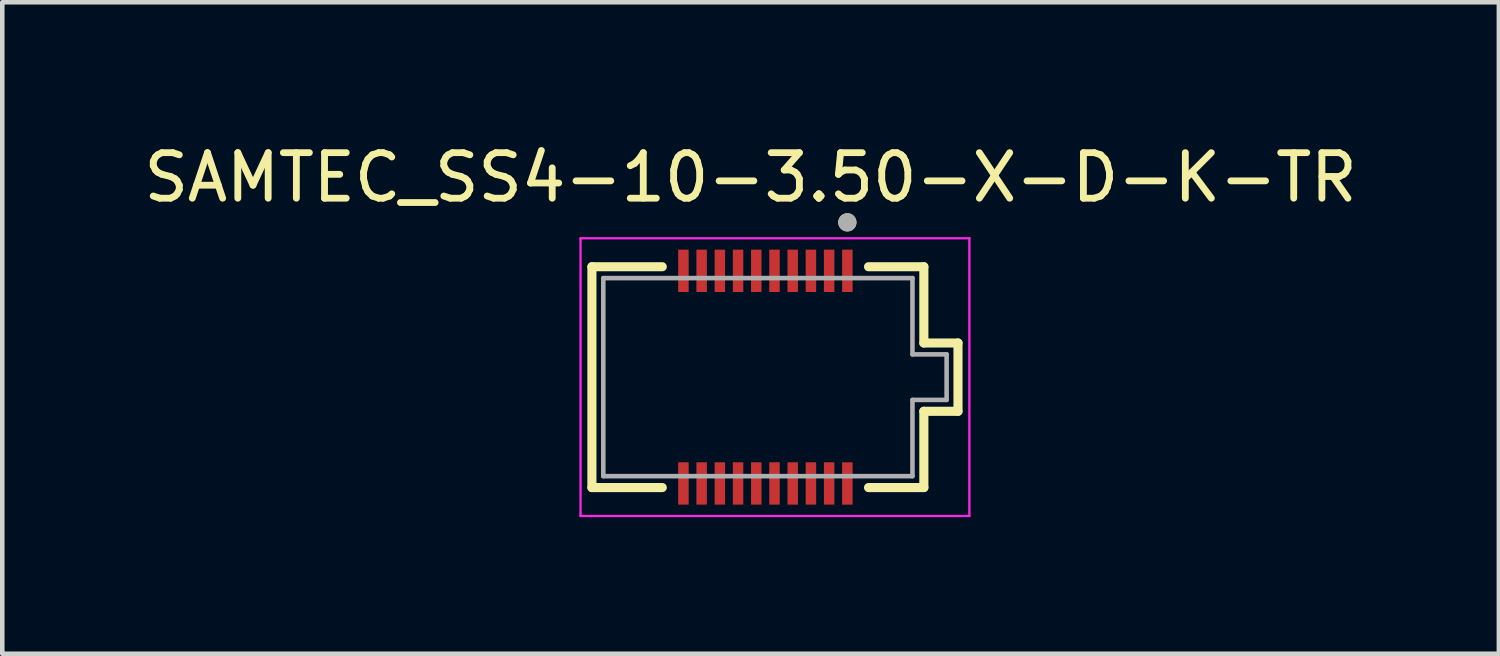
<source format=kicad_pcb>
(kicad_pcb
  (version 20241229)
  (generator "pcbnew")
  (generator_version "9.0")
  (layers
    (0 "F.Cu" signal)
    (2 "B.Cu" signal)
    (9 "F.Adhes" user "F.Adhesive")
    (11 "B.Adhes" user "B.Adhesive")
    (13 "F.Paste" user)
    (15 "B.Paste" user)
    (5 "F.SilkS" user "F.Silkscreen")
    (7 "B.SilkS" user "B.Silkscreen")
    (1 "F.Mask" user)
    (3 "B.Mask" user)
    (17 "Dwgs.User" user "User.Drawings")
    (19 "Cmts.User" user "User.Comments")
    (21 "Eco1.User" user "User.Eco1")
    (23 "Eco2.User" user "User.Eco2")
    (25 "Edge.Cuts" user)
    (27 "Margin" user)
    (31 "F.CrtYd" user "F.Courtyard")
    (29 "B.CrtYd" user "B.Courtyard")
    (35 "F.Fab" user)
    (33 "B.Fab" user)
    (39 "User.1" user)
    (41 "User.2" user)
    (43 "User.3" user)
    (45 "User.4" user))
  (footprint "SAMTEC_SS4-10-3.50-X-D-K-TR"
    (layer "F.Cu")
    (at 13.76 5.233)
    (property "Reference" "SAMTEC_SS4-10-3.50-X-D-K-TR" (at -0.325 -4.385 0) (layer "F.SilkS") (effects (font (size 1 1) (thickness 0.15))))
    (attr smd)
    (fp_line (start -3.81 -2.425) (end -2.265 -2.425) (stroke (width 0.2) (type solid)) (layer "F.SilkS"))
    (fp_line (start -3.81 2.425) (end -3.81 -2.425) (stroke (width 0.2) (type solid)) (layer "F.SilkS"))
    (fp_line (start -2.265 2.425) (end -3.81 2.425) (stroke (width 0.2) (type solid)) (layer "F.SilkS"))
    (fp_line (start 2.265 -2.425) (end 3.48 -2.425) (stroke (width 0.2) (type solid)) (layer "F.SilkS"))
    (fp_line (start 3.48 -2.425) (end 3.48 -0.75) (stroke (width 0.2) (type solid)) (layer "F.SilkS"))
    (fp_line (start 3.48 -0.75) (end 4.23 -0.75) (stroke (width 0.2) (type solid)) (layer "F.SilkS"))
    (fp_line (start 3.48 0.75) (end 3.48 2.425) (stroke (width 0.2) (type solid)) (layer "F.SilkS"))
    (fp_line (start 3.48 2.425) (end 2.265 2.425) (stroke (width 0.2) (type solid)) (layer "F.SilkS"))
    (fp_line (start 4.23 -0.75) (end 4.23 0.75) (stroke (width 0.2) (type solid)) (layer "F.SilkS"))
    (fp_line (start 4.23 0.75) (end 3.48 0.75) (stroke (width 0.2) (type solid)) (layer "F.SilkS"))
    (fp_circle (center 1.8 -3.4) (end 1.9 -3.4) (stroke (width 0.2) (type solid)) (fill no) (layer "F.SilkS"))
    (fp_poly (pts (xy -1.9 -2.8) (xy -1.7 -2.8) (xy -1.7 -1.91) (xy -1.9 -1.91)) (stroke (width 0.01) (type solid)) (fill yes) (layer "F.Paste"))
    (fp_poly (pts (xy -1.9 1.91) (xy -1.7 1.91) (xy -1.7 2.8) (xy -1.9 2.8)) (stroke (width 0.01) (type solid)) (fill yes) (layer "F.Paste"))
    (fp_poly (pts (xy -1.5 -2.8) (xy -1.3 -2.8) (xy -1.3 -1.91) (xy -1.5 -1.91)) (stroke (width 0.01) (type solid)) (fill yes) (layer "F.Paste"))
    (fp_poly (pts (xy -1.5 1.91) (xy -1.3 1.91) (xy -1.3 2.8) (xy -1.5 2.8)) (stroke (width 0.01) (type solid)) (fill yes) (layer "F.Paste"))
    (fp_poly (pts (xy -1.1 -2.8) (xy -0.9 -2.8) (xy -0.9 -1.91) (xy -1.1 -1.91)) (stroke (width 0.01) (type solid)) (fill yes) (layer "F.Paste"))
    (fp_poly (pts (xy -1.1 1.91) (xy -0.9 1.91) (xy -0.9 2.8) (xy -1.1 2.8)) (stroke (width 0.01) (type solid)) (fill yes) (layer "F.Paste"))
    (fp_poly (pts (xy -0.7 -2.8) (xy -0.5 -2.8) (xy -0.5 -1.91) (xy -0.7 -1.91)) (stroke (width 0.01) (type solid)) (fill yes) (layer "F.Paste"))
    (fp_poly (pts (xy -0.7 1.91) (xy -0.5 1.91) (xy -0.5 2.8) (xy -0.7 2.8)) (stroke (width 0.01) (type solid)) (fill yes) (layer "F.Paste"))
    (fp_poly (pts (xy -0.3 -2.8) (xy -0.1 -2.8) (xy -0.1 -1.91) (xy -0.3 -1.91)) (stroke (width 0.01) (type solid)) (fill yes) (layer "F.Paste"))
    (fp_poly (pts (xy -0.3 1.91) (xy -0.1 1.91) (xy -0.1 2.8) (xy -0.3 2.8)) (stroke (width 0.01) (type solid)) (fill yes) (layer "F.Paste"))
    (fp_poly (pts (xy 0.1 -2.8) (xy 0.3 -2.8) (xy 0.3 -1.91) (xy 0.1 -1.91)) (stroke (width 0.01) (type solid)) (fill yes) (layer "F.Paste"))
    (fp_poly (pts (xy 0.1 1.91) (xy 0.3 1.91) (xy 0.3 2.8) (xy 0.1 2.8)) (stroke (width 0.01) (type solid)) (fill yes) (layer "F.Paste"))
    (fp_poly (pts (xy 0.5 -2.8) (xy 0.7 -2.8) (xy 0.7 -1.91) (xy 0.5 -1.91)) (stroke (width 0.01) (type solid)) (fill yes) (layer "F.Paste"))
    (fp_poly (pts (xy 0.5 1.91) (xy 0.7 1.91) (xy 0.7 2.8) (xy 0.5 2.8)) (stroke (width 0.01) (type solid)) (fill yes) (layer "F.Paste"))
    (fp_poly (pts (xy 0.9 -2.8) (xy 1.1 -2.8) (xy 1.1 -1.91) (xy 0.9 -1.91)) (stroke (width 0.01) (type solid)) (fill yes) (layer "F.Paste"))
    (fp_poly (pts (xy 0.9 1.91) (xy 1.1 1.91) (xy 1.1 2.8) (xy 0.9 2.8)) (stroke (width 0.01) (type solid)) (fill yes) (layer "F.Paste"))
    (fp_poly (pts (xy 1.3 -2.8) (xy 1.5 -2.8) (xy 1.5 -1.91) (xy 1.3 -1.91)) (stroke (width 0.01) (type solid)) (fill yes) (layer "F.Paste"))
    (fp_poly (pts (xy 1.3 1.91) (xy 1.5 1.91) (xy 1.5 2.8) (xy 1.3 2.8)) (stroke (width 0.01) (type solid)) (fill yes) (layer "F.Paste"))
    (fp_poly (pts (xy 1.7 -2.8) (xy 1.9 -2.8) (xy 1.9 -1.91) (xy 1.7 -1.91)) (stroke (width 0.01) (type solid)) (fill yes) (layer "F.Paste"))
    (fp_poly (pts (xy 1.7 1.91) (xy 1.9 1.91) (xy 1.9 2.8) (xy 1.7 2.8)) (stroke (width 0.01) (type solid)) (fill yes) (layer "F.Paste"))
    (fp_line (start -4.06 -3.05) (end 4.48 -3.05) (stroke (width 0.05) (type solid)) (layer "F.CrtYd"))
    (fp_line (start -4.06 3.05) (end -4.06 -3.05) (stroke (width 0.05) (type solid)) (layer "F.CrtYd"))
    (fp_line (start 4.48 -3.05) (end 4.48 3.05) (stroke (width 0.05) (type solid)) (layer "F.CrtYd"))
    (fp_line (start 4.48 3.05) (end -4.06 3.05) (stroke (width 0.05) (type solid)) (layer "F.CrtYd"))
    (fp_line (start -3.56 -2.175) (end 3.23 -2.175) (stroke (width 0.1) (type solid)) (layer "F.Fab"))
    (fp_line (start -3.56 2.175) (end -3.56 -2.175) (stroke (width 0.1) (type solid)) (layer "F.Fab"))
    (fp_line (start 3.23 -2.175) (end 3.23 -0.5) (stroke (width 0.1) (type solid)) (layer "F.Fab"))
    (fp_line (start 3.23 -0.5) (end 3.98 -0.5) (stroke (width 0.1) (type solid)) (layer "F.Fab"))
    (fp_line (start 3.23 0.5) (end 3.23 2.175) (stroke (width 0.1) (type solid)) (layer "F.Fab"))
    (fp_line (start 3.23 2.175) (end -3.56 2.175) (stroke (width 0.1) (type solid)) (layer "F.Fab"))
    (fp_line (start 3.98 -0.5) (end 3.98 0.5) (stroke (width 0.1) (type solid)) (layer "F.Fab"))
    (fp_line (start 3.98 0.5) (end 3.23 0.5) (stroke (width 0.1) (type solid)) (layer "F.Fab"))
    (fp_circle (center 1.8 -3.4) (end 1.9 -3.4) (stroke (width 0.2) (type solid)) (fill no) (layer "F.Fab"))
    (pad "01" smd rect (at 1.8 -2.335) (size 0.23 0.93) (layers "F.Cu" "F.Mask"))
    (pad "02" smd rect (at 1.8 2.335) (size 0.23 0.93) (layers "F.Cu" "F.Mask"))
    (pad "03" smd rect (at 1.4 -2.335) (size 0.23 0.93) (layers "F.Cu" "F.Mask"))
    (pad "04" smd rect (at 1.4 2.335) (size 0.23 0.93) (layers "F.Cu" "F.Mask"))
    (pad "05" smd rect (at 1 -2.335) (size 0.23 0.93) (layers "F.Cu" "F.Mask"))
    (pad "06" smd rect (at 1 2.335) (size 0.23 0.93) (layers "F.Cu" "F.Mask"))
    (pad "07" smd rect (at 0.6 -2.335) (size 0.23 0.93) (layers "F.Cu" "F.Mask"))
    (pad "08" smd rect (at 0.6 2.335) (size 0.23 0.93) (layers "F.Cu" "F.Mask"))
    (pad "09" smd rect (at 0.2 -2.335) (size 0.23 0.93) (layers "F.Cu" "F.Mask"))
    (pad "10" smd rect (at 0.2 2.335) (size 0.23 0.93) (layers "F.Cu" "F.Mask"))
    (pad "11" smd rect (at -0.2 -2.335) (size 0.23 0.93) (layers "F.Cu" "F.Mask"))
    (pad "12" smd rect (at -0.2 2.335) (size 0.23 0.93) (layers "F.Cu" "F.Mask"))
    (pad "13" smd rect (at -0.6 -2.335) (size 0.23 0.93) (layers "F.Cu" "F.Mask"))
    (pad "14" smd rect (at -0.6 2.335) (size 0.23 0.93) (layers "F.Cu" "F.Mask"))
    (pad "15" smd rect (at -1 -2.335) (size 0.23 0.93) (layers "F.Cu" "F.Mask"))
    (pad "16" smd rect (at -1 2.335) (size 0.23 0.93) (layers "F.Cu" "F.Mask"))
    (pad "17" smd rect (at -1.4 -2.335) (size 0.23 0.93) (layers "F.Cu" "F.Mask"))
    (pad "18" smd rect (at -1.4 2.335) (size 0.23 0.93) (layers "F.Cu" "F.Mask"))
    (pad "19" smd rect (at -1.8 -2.335) (size 0.23 0.93) (layers "F.Cu" "F.Mask"))
    (pad "20" smd rect (at -1.8 2.335) (size 0.23 0.93) (layers "F.Cu" "F.Mask")))
  (gr_rect
    (start -3 -3)
    (end 29.869 11.308)
    (stroke (width 0.1) (type default))
    (fill no)
    (layer "Edge.Cuts")))
</source>
